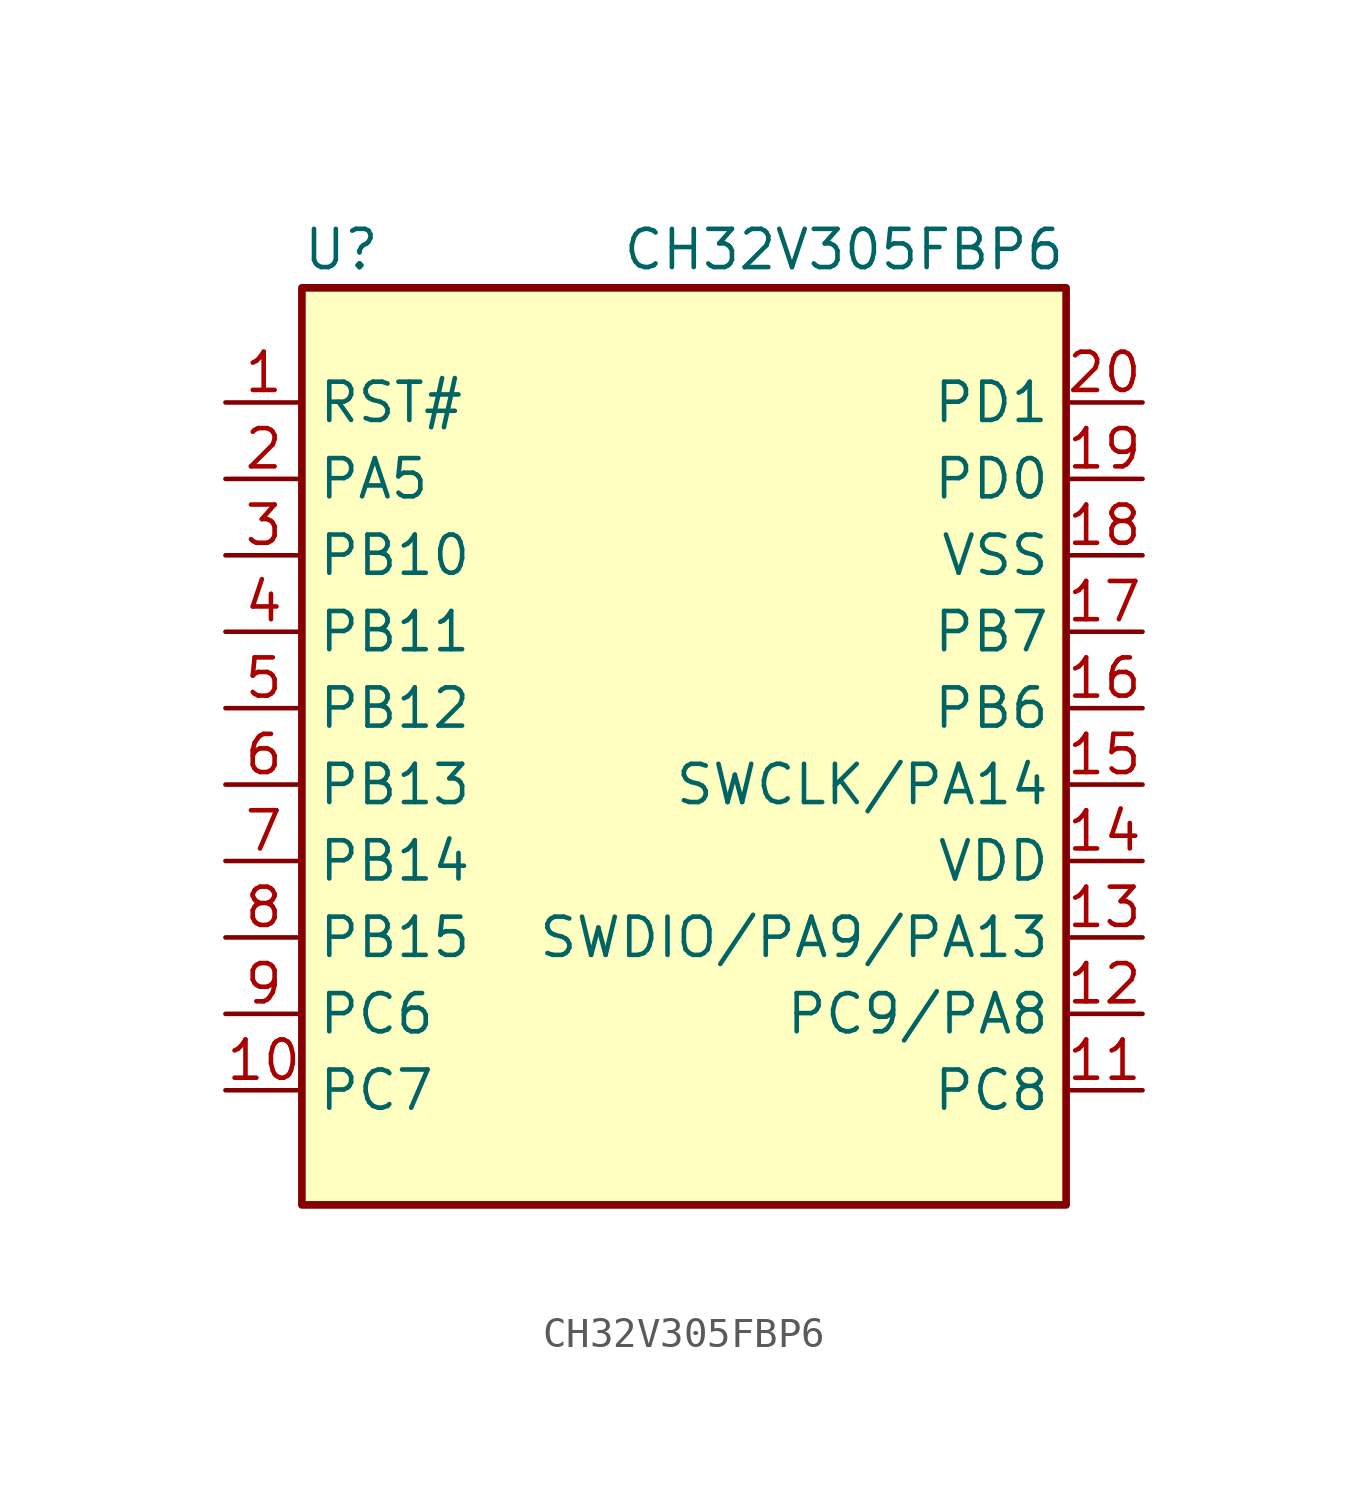
<source format=kicad_sym>
(kicad_symbol_lib
  (version 20211014)
  (generator kicad_symbol_editor)
  (symbol "CH32V305FBP6"
    (property "Reference" "U"
      (at -12.7 16.51 0)
      (effects (font (size 1.27 1.27)) (justify left)))
    (property "Value" "CH32V305FBP6"
      (at 12.7 16.51 0)
      (effects (font (size 1.27 1.27)) (justify right)))
    (symbol "CH32V305FBP6_0_1"
      (rectangle (start -12.7 15.24) (end 12.7 -15.24) (stroke (width 0.254) (type default) (color 0 0 0 0)) (fill (type background))))
    (symbol "CH32V305FBP6_1_1"
      (pin input line (at -15.24 11.43 0) (length 2.54) (name "RST#" (effects (font (size 1.27 1.27)))) (number "1" (effects (font (size 1.27 1.27)))))
      (pin bidirectional line (at -15.24 -11.43 0) (length 2.54) (name "PC7" (effects (font (size 1.27 1.27)))) (number "10" (effects (font (size 1.27 1.27)))))
      (pin bidirectional line (at 15.24 -11.43 180) (length 2.54) (name "PC8" (effects (font (size 1.27 1.27)))) (number "11" (effects (font (size 1.27 1.27)))))
      (pin bidirectional line (at 15.24 -8.89 180) (length 2.54) (name "PC9/PA8" (effects (font (size 1.27 1.27)))) (number "12" (effects (font (size 1.27 1.27)))))
      (pin bidirectional line (at 15.24 -6.35 180) (length 2.54) (name "SWDIO/PA9/PA13" (effects (font (size 1.27 1.27)))) (number "13" (effects (font (size 1.27 1.27)))))
      (pin power_in line (at 15.24 -3.81 180) (length 2.54) (name "VDD" (effects (font (size 1.27 1.27)))) (number "14" (effects (font (size 1.27 1.27)))))
      (pin bidirectional line (at 15.24 -1.27 180) (length 2.54) (name "SWCLK/PA14" (effects (font (size 1.27 1.27)))) (number "15" (effects (font (size 1.27 1.27)))))
      (pin bidirectional line (at 15.24 1.27 180) (length 2.54) (name "PB6" (effects (font (size 1.27 1.27)))) (number "16" (effects (font (size 1.27 1.27)))))
      (pin bidirectional line (at 15.24 3.81 180) (length 2.54) (name "PB7" (effects (font (size 1.27 1.27)))) (number "17" (effects (font (size 1.27 1.27)))))
      (pin power_in line (at 15.24 6.35 180) (length 2.54) (name "VSS" (effects (font (size 1.27 1.27)))) (number "18" (effects (font (size 1.27 1.27)))))
      (pin bidirectional line (at 15.24 8.89 180) (length 2.54) (name "PD0" (effects (font (size 1.27 1.27)))) (number "19" (effects (font (size 1.27 1.27)))))
      (pin bidirectional line (at -15.24 8.89 0) (length 2.54) (name "PA5" (effects (font (size 1.27 1.27)))) (number "2" (effects (font (size 1.27 1.27)))))
      (pin bidirectional line (at 15.24 11.43 180) (length 2.54) (name "PD1" (effects (font (size 1.27 1.27)))) (number "20" (effects (font (size 1.27 1.27)))))
      (pin input line (at -15.24 6.35 0) (length 2.54) (name "PB10" (effects (font (size 1.27 1.27)))) (number "3" (effects (font (size 1.27 1.27)))))
      (pin bidirectional line (at -15.24 3.81 0) (length 2.54) (name "PB11" (effects (font (size 1.27 1.27)))) (number "4" (effects (font (size 1.27 1.27)))))
      (pin bidirectional line (at -15.24 1.27 0) (length 2.54) (name "PB12" (effects (font (size 1.27 1.27)))) (number "5" (effects (font (size 1.27 1.27)))))
      (pin bidirectional line (at -15.24 -1.27 0) (length 2.54) (name "PB13" (effects (font (size 1.27 1.27)))) (number "6" (effects (font (size 1.27 1.27)))))
      (pin bidirectional line (at -15.24 -3.81 0) (length 2.54) (name "PB14" (effects (font (size 1.27 1.27)))) (number "7" (effects (font (size 1.27 1.27)))))
      (pin bidirectional line (at -15.24 -6.35 0) (length 2.54) (name "PB15" (effects (font (size 1.27 1.27)))) (number "8" (effects (font (size 1.27 1.27)))))
      (pin bidirectional line (at -15.24 -8.89 0) (length 2.54) (name "PC6" (effects (font (size 1.27 1.27)))) (number "9" (effects (font (size 1.27 1.27))))))))
</source>
